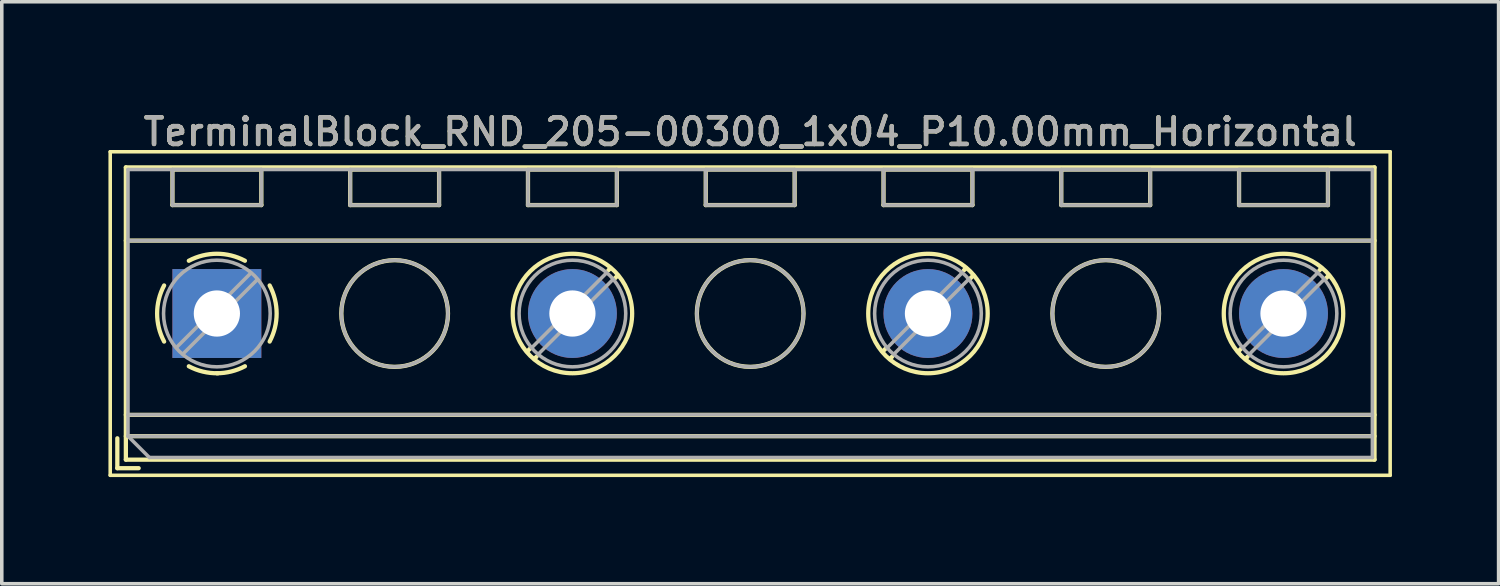
<source format=kicad_pcb>
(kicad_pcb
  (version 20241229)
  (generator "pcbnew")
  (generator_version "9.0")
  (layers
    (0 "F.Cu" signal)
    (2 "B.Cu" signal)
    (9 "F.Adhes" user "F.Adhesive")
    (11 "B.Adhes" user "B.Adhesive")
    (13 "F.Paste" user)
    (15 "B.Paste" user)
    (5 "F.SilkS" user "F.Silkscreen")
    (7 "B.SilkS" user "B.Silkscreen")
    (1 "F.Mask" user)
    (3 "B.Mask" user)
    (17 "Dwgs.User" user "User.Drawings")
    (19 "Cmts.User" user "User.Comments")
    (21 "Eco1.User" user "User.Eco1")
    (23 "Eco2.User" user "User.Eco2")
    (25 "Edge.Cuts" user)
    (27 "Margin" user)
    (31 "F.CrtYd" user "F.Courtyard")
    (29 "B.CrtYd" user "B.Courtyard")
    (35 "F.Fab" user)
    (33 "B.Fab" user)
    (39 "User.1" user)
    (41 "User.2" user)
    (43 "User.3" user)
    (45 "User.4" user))
  (footprint "TerminalBlock_RND_205-00300_1x04_P10.00mm_Horizontal"
    (layer "F.Cu")
    (at 3.05 5.768)
    (property "Reference" "TerminalBlock_RND_205-00300_1x04_P10.00mm_Horizontal" (at 15 -5.11 0) (layer "F.SilkS") (effects (font (size 0.75 0.75) (thickness 0.125))))
    (attr through_hole)
    (fp_line (start -3 -4.55) (end -3 4.55) (stroke (width 0.1) (type solid)) (layer "F.SilkS"))
    (fp_line (start -3 4.55) (end 33 4.55) (stroke (width 0.1) (type solid)) (layer "F.SilkS"))
    (fp_line (start -2.8 3.51) (end -2.8 4.35) (stroke (width 0.12) (type solid)) (layer "F.SilkS"))
    (fp_line (start -2.8 4.35) (end -2.2 4.35) (stroke (width 0.12) (type solid)) (layer "F.SilkS"))
    (fp_line (start -2.56 -4.11) (end -2.56 4.11) (stroke (width 0.12) (type solid)) (layer "F.SilkS"))
    (fp_line (start -2.56 -4.11) (end 32.56 -4.11) (stroke (width 0.12) (type solid)) (layer "F.SilkS"))
    (fp_line (start -2.56 -2.05) (end 32.56 -2.05) (stroke (width 0.12) (type solid)) (layer "F.SilkS"))
    (fp_line (start -2.56 2.85) (end 32.56 2.85) (stroke (width 0.12) (type solid)) (layer "F.SilkS"))
    (fp_line (start -2.56 3.45) (end 32.56 3.45) (stroke (width 0.12) (type solid)) (layer "F.SilkS"))
    (fp_line (start -2.56 4.11) (end 32.56 4.11) (stroke (width 0.12) (type solid)) (layer "F.SilkS"))
    (fp_line (start -1.25 -4.05) (end -1.25 -3.05) (stroke (width 0.12) (type solid)) (layer "F.SilkS"))
    (fp_line (start -1.25 -4.05) (end 1.25 -4.05) (stroke (width 0.12) (type solid)) (layer "F.SilkS"))
    (fp_line (start -1.25 -3.05) (end 1.25 -3.05) (stroke (width 0.12) (type solid)) (layer "F.SilkS"))
    (fp_line (start 1.25 -4.05) (end 1.25 -3.05) (stroke (width 0.12) (type solid)) (layer "F.SilkS"))
    (fp_line (start 3.75 -4.05) (end 3.75 -3.05) (stroke (width 0.12) (type solid)) (layer "F.SilkS"))
    (fp_line (start 3.75 -4.05) (end 6.25 -4.05) (stroke (width 0.12) (type solid)) (layer "F.SilkS"))
    (fp_line (start 3.75 -3.05) (end 6.25 -3.05) (stroke (width 0.12) (type solid)) (layer "F.SilkS"))
    (fp_line (start 6.25 -4.05) (end 6.25 -3.05) (stroke (width 0.12) (type solid)) (layer "F.SilkS"))
    (fp_line (start 8.75 -4.05) (end 8.75 -3.05) (stroke (width 0.12) (type solid)) (layer "F.SilkS"))
    (fp_line (start 8.75 -4.05) (end 11.25 -4.05) (stroke (width 0.12) (type solid)) (layer "F.SilkS"))
    (fp_line (start 8.75 -3.05) (end 11.25 -3.05) (stroke (width 0.12) (type solid)) (layer "F.SilkS"))
    (fp_line (start 8.82 0.976) (end 8.726 1.069) (stroke (width 0.12) (type solid)) (layer "F.SilkS"))
    (fp_line (start 8.99 1.216) (end 8.931 1.274) (stroke (width 0.12) (type solid)) (layer "F.SilkS"))
    (fp_line (start 11.07 -1.275) (end 11.011 -1.216) (stroke (width 0.12) (type solid)) (layer "F.SilkS"))
    (fp_line (start 11.25 -4.05) (end 11.25 -3.05) (stroke (width 0.12) (type solid)) (layer "F.SilkS"))
    (fp_line (start 11.275 -1.069) (end 11.181 -0.976) (stroke (width 0.12) (type solid)) (layer "F.SilkS"))
    (fp_line (start 13.75 -4.05) (end 13.75 -3.05) (stroke (width 0.12) (type solid)) (layer "F.SilkS"))
    (fp_line (start 13.75 -4.05) (end 16.25 -4.05) (stroke (width 0.12) (type solid)) (layer "F.SilkS"))
    (fp_line (start 13.75 -3.05) (end 16.25 -3.05) (stroke (width 0.12) (type solid)) (layer "F.SilkS"))
    (fp_line (start 16.25 -4.05) (end 16.25 -3.05) (stroke (width 0.12) (type solid)) (layer "F.SilkS"))
    (fp_line (start 18.75 -4.05) (end 18.75 -3.05) (stroke (width 0.12) (type solid)) (layer "F.SilkS"))
    (fp_line (start 18.75 -4.05) (end 21.25 -4.05) (stroke (width 0.12) (type solid)) (layer "F.SilkS"))
    (fp_line (start 18.75 -3.05) (end 21.25 -3.05) (stroke (width 0.12) (type solid)) (layer "F.SilkS"))
    (fp_line (start 18.82 0.976) (end 18.726 1.069) (stroke (width 0.12) (type solid)) (layer "F.SilkS"))
    (fp_line (start 18.99 1.216) (end 18.931 1.274) (stroke (width 0.12) (type solid)) (layer "F.SilkS"))
    (fp_line (start 21.07 -1.275) (end 21.011 -1.216) (stroke (width 0.12) (type solid)) (layer "F.SilkS"))
    (fp_line (start 21.25 -4.05) (end 21.25 -3.05) (stroke (width 0.12) (type solid)) (layer "F.SilkS"))
    (fp_line (start 21.275 -1.069) (end 21.181 -0.976) (stroke (width 0.12) (type solid)) (layer "F.SilkS"))
    (fp_line (start 23.75 -4.05) (end 23.75 -3.05) (stroke (width 0.12) (type solid)) (layer "F.SilkS"))
    (fp_line (start 23.75 -4.05) (end 26.25 -4.05) (stroke (width 0.12) (type solid)) (layer "F.SilkS"))
    (fp_line (start 23.75 -3.05) (end 26.25 -3.05) (stroke (width 0.12) (type solid)) (layer "F.SilkS"))
    (fp_line (start 26.25 -4.05) (end 26.25 -3.05) (stroke (width 0.12) (type solid)) (layer "F.SilkS"))
    (fp_line (start 28.75 -4.05) (end 28.75 -3.05) (stroke (width 0.12) (type solid)) (layer "F.SilkS"))
    (fp_line (start 28.75 -4.05) (end 31.25 -4.05) (stroke (width 0.12) (type solid)) (layer "F.SilkS"))
    (fp_line (start 28.75 -3.05) (end 31.25 -3.05) (stroke (width 0.12) (type solid)) (layer "F.SilkS"))
    (fp_line (start 28.82 0.976) (end 28.726 1.069) (stroke (width 0.12) (type solid)) (layer "F.SilkS"))
    (fp_line (start 28.99 1.216) (end 28.931 1.274) (stroke (width 0.12) (type solid)) (layer "F.SilkS"))
    (fp_line (start 31.07 -1.275) (end 31.011 -1.216) (stroke (width 0.12) (type solid)) (layer "F.SilkS"))
    (fp_line (start 31.25 -4.05) (end 31.25 -3.05) (stroke (width 0.12) (type solid)) (layer "F.SilkS"))
    (fp_line (start 31.275 -1.069) (end 31.181 -0.976) (stroke (width 0.12) (type solid)) (layer "F.SilkS"))
    (fp_line (start 32.56 -4.11) (end 32.56 4.11) (stroke (width 0.12) (type solid)) (layer "F.SilkS"))
    (fp_line (start 33 -4.55) (end -3 -4.55) (stroke (width 0.1) (type solid)) (layer "F.SilkS"))
    (fp_line (start 33 4.55) (end 33 -4.55) (stroke (width 0.1) (type solid)) (layer "F.SilkS"))
    (fp_arc (start -1.483953 0.789089) (mid -1.680708 0.00005) (end -1.484 -0.789) (stroke (width 0.12) (type solid)) (layer "F.SilkS"))
    (fp_arc (start -0.789089 -1.483953) (mid -0.00005 -1.680708) (end 0.789 -1.484) (stroke (width 0.12) (type solid)) (layer "F.SilkS"))
    (fp_arc (start 0.029383 1.68045) (mid -0.392304 1.634281) (end -0.789 1.484) (stroke (width 0.12) (type solid)) (layer "F.SilkS"))
    (fp_arc (start 0.788712 1.483352) (mid 0.406429 1.630097) (end 0 1.68) (stroke (width 0.12) (type solid)) (layer "F.SilkS"))
    (fp_arc (start 1.483953 -0.789089) (mid 1.680708 -0.00005) (end 1.484 0.789) (stroke (width 0.12) (type solid)) (layer "F.SilkS"))
    (fp_circle (center 5 0) (end 6.5 0) (stroke (width 0.12) (type solid)) (fill no) (layer "F.SilkS"))
    (fp_circle (center 10 0) (end 11.68 0) (stroke (width 0.12) (type solid)) (fill no) (layer "F.SilkS"))
    (fp_circle (center 15 0) (end 16.5 0) (stroke (width 0.12) (type solid)) (fill no) (layer "F.SilkS"))
    (fp_circle (center 20 0) (end 21.68 0) (stroke (width 0.12) (type solid)) (fill no) (layer "F.SilkS"))
    (fp_circle (center 25 0) (end 26.5 0) (stroke (width 0.12) (type solid)) (fill no) (layer "F.SilkS"))
    (fp_circle (center 30 0) (end 31.68 0) (stroke (width 0.12) (type solid)) (fill no) (layer "F.SilkS"))
    (fp_line (start -2.5 -4.05) (end 32.5 -4.05) (stroke (width 0.1) (type solid)) (layer "F.Fab"))
    (fp_line (start -2.5 -2.05) (end 32.5 -2.05) (stroke (width 0.1) (type solid)) (layer "F.Fab"))
    (fp_line (start -2.5 2.85) (end 32.5 2.85) (stroke (width 0.1) (type solid)) (layer "F.Fab"))
    (fp_line (start -2.5 3.45) (end -2.5 -4.05) (stroke (width 0.1) (type solid)) (layer "F.Fab"))
    (fp_line (start -2.5 3.45) (end 32.5 3.45) (stroke (width 0.1) (type solid)) (layer "F.Fab"))
    (fp_line (start -1.9 4.05) (end -2.5 3.45) (stroke (width 0.1) (type solid)) (layer "F.Fab"))
    (fp_line (start -1.25 -4.05) (end -1.25 -3.05) (stroke (width 0.1) (type solid)) (layer "F.Fab"))
    (fp_line (start -1.25 -3.05) (end 1.25 -3.05) (stroke (width 0.1) (type solid)) (layer "F.Fab"))
    (fp_line (start 0.955 -1.138) (end -1.138 0.955) (stroke (width 0.1) (type solid)) (layer "F.Fab"))
    (fp_line (start 1.138 -0.955) (end -0.955 1.138) (stroke (width 0.1) (type solid)) (layer "F.Fab"))
    (fp_line (start 1.25 -4.05) (end -1.25 -4.05) (stroke (width 0.1) (type solid)) (layer "F.Fab"))
    (fp_line (start 1.25 -3.05) (end 1.25 -4.05) (stroke (width 0.1) (type solid)) (layer "F.Fab"))
    (fp_line (start 3.75 -4.05) (end 3.75 -3.05) (stroke (width 0.1) (type solid)) (layer "F.Fab"))
    (fp_line (start 3.75 -3.05) (end 6.25 -3.05) (stroke (width 0.1) (type solid)) (layer "F.Fab"))
    (fp_line (start 6.25 -4.05) (end 3.75 -4.05) (stroke (width 0.1) (type solid)) (layer "F.Fab"))
    (fp_line (start 6.25 -3.05) (end 6.25 -4.05) (stroke (width 0.1) (type solid)) (layer "F.Fab"))
    (fp_line (start 8.75 -4.05) (end 8.75 -3.05) (stroke (width 0.1) (type solid)) (layer "F.Fab"))
    (fp_line (start 8.75 -3.05) (end 11.25 -3.05) (stroke (width 0.1) (type solid)) (layer "F.Fab"))
    (fp_line (start 10.955 -1.138) (end 8.863 0.955) (stroke (width 0.1) (type solid)) (layer "F.Fab"))
    (fp_line (start 11.138 -0.955) (end 9.046 1.138) (stroke (width 0.1) (type solid)) (layer "F.Fab"))
    (fp_line (start 11.25 -4.05) (end 8.75 -4.05) (stroke (width 0.1) (type solid)) (layer "F.Fab"))
    (fp_line (start 11.25 -3.05) (end 11.25 -4.05) (stroke (width 0.1) (type solid)) (layer "F.Fab"))
    (fp_line (start 13.75 -4.05) (end 13.75 -3.05) (stroke (width 0.1) (type solid)) (layer "F.Fab"))
    (fp_line (start 13.75 -3.05) (end 16.25 -3.05) (stroke (width 0.1) (type solid)) (layer "F.Fab"))
    (fp_line (start 16.25 -4.05) (end 13.75 -4.05) (stroke (width 0.1) (type solid)) (layer "F.Fab"))
    (fp_line (start 16.25 -3.05) (end 16.25 -4.05) (stroke (width 0.1) (type solid)) (layer "F.Fab"))
    (fp_line (start 18.75 -4.05) (end 18.75 -3.05) (stroke (width 0.1) (type solid)) (layer "F.Fab"))
    (fp_line (start 18.75 -3.05) (end 21.25 -3.05) (stroke (width 0.1) (type solid)) (layer "F.Fab"))
    (fp_line (start 20.955 -1.138) (end 18.863 0.955) (stroke (width 0.1) (type solid)) (layer "F.Fab"))
    (fp_line (start 21.138 -0.955) (end 19.046 1.138) (stroke (width 0.1) (type solid)) (layer "F.Fab"))
    (fp_line (start 21.25 -4.05) (end 18.75 -4.05) (stroke (width 0.1) (type solid)) (layer "F.Fab"))
    (fp_line (start 21.25 -3.05) (end 21.25 -4.05) (stroke (width 0.1) (type solid)) (layer "F.Fab"))
    (fp_line (start 23.75 -4.05) (end 23.75 -3.05) (stroke (width 0.1) (type solid)) (layer "F.Fab"))
    (fp_line (start 23.75 -3.05) (end 26.25 -3.05) (stroke (width 0.1) (type solid)) (layer "F.Fab"))
    (fp_line (start 26.25 -4.05) (end 23.75 -4.05) (stroke (width 0.1) (type solid)) (layer "F.Fab"))
    (fp_line (start 26.25 -3.05) (end 26.25 -4.05) (stroke (width 0.1) (type solid)) (layer "F.Fab"))
    (fp_line (start 28.75 -4.05) (end 28.75 -3.05) (stroke (width 0.1) (type solid)) (layer "F.Fab"))
    (fp_line (start 28.75 -3.05) (end 31.25 -3.05) (stroke (width 0.1) (type solid)) (layer "F.Fab"))
    (fp_line (start 30.955 -1.138) (end 28.863 0.955) (stroke (width 0.1) (type solid)) (layer "F.Fab"))
    (fp_line (start 31.138 -0.955) (end 29.046 1.138) (stroke (width 0.1) (type solid)) (layer "F.Fab"))
    (fp_line (start 31.25 -4.05) (end 28.75 -4.05) (stroke (width 0.1) (type solid)) (layer "F.Fab"))
    (fp_line (start 31.25 -3.05) (end 31.25 -4.05) (stroke (width 0.1) (type solid)) (layer "F.Fab"))
    (fp_line (start 32.5 -4.05) (end 32.5 4.05) (stroke (width 0.1) (type solid)) (layer "F.Fab"))
    (fp_line (start 32.5 4.05) (end -1.9 4.05) (stroke (width 0.1) (type solid)) (layer "F.Fab"))
    (fp_circle (center 0 0) (end 1.5 0) (stroke (width 0.1) (type solid)) (fill no) (layer "F.Fab"))
    (fp_circle (center 5 0) (end 6.5 0) (stroke (width 0.1) (type solid)) (fill no) (layer "F.Fab"))
    (fp_circle (center 10 0) (end 11.5 0) (stroke (width 0.1) (type solid)) (fill no) (layer "F.Fab"))
    (fp_circle (center 15 0) (end 16.5 0) (stroke (width 0.1) (type solid)) (fill no) (layer "F.Fab"))
    (fp_circle (center 20 0) (end 21.5 0) (stroke (width 0.1) (type solid)) (fill no) (layer "F.Fab"))
    (fp_circle (center 25 0) (end 26.5 0) (stroke (width 0.1) (type solid)) (fill no) (layer "F.Fab"))
    (fp_circle (center 30 0) (end 31.5 0) (stroke (width 0.1) (type solid)) (fill no) (layer "F.Fab"))
    (fp_text user "${REFERENCE}" (at 15 -5.11 0) (layer "F.Fab") (effects (font (size 0.75 0.75) (thickness 0.125))))
    (pad "1" thru_hole rect (at 0 0) (size 2.5 2.5) (drill 1.3) (layers "*.Cu" "*.Mask"))
    (pad "2" thru_hole circle (at 10 0) (size 2.5 2.5) (drill 1.3) (layers "*.Cu" "*.Mask"))
    (pad "3" thru_hole circle (at 20 0) (size 2.5 2.5) (drill 1.3) (layers "*.Cu" "*.Mask"))
    (pad "4" thru_hole circle (at 30 0) (size 2.5 2.5) (drill 1.3) (layers "*.Cu" "*.Mask")))
  (gr_rect
    (start -3 -3)
    (end 39.1 13.368)
    (stroke (width 0.1) (type default))
    (fill no)
    (layer "Edge.Cuts")))
</source>
